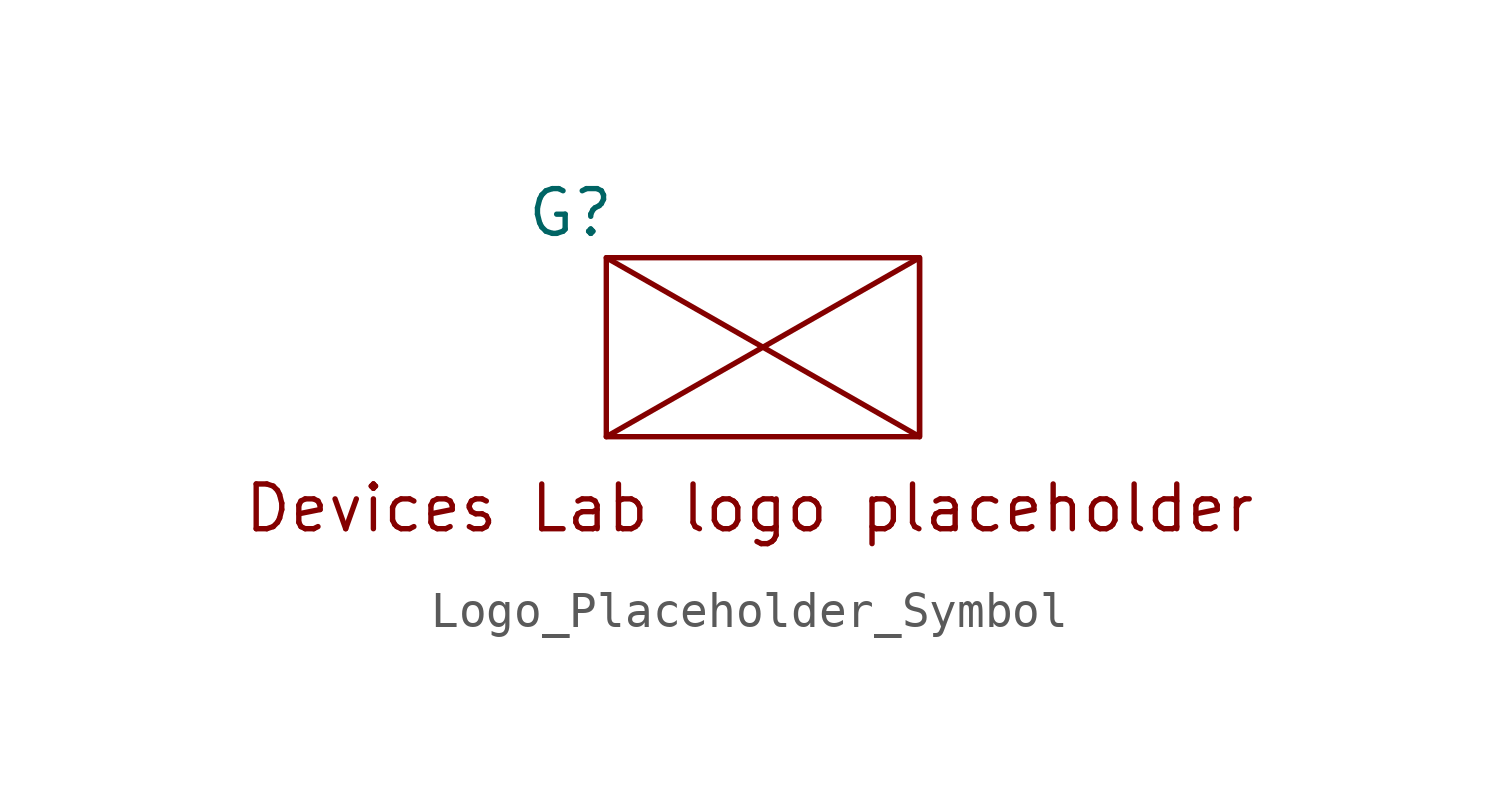
<source format=kicad_sym>
(kicad_symbol_lib
  (version 20231120)
  (generator "kicad_symbol_editor")
  (generator_version "8.0")
  (symbol "Logo_Placeholder_Symbol"
    (property "Reference" "G"
      (at -4.826 0 0)
      (effects (font (size 1.27 1.27))))
    (property "Value" ""
      (at 0 0 0)
      (effects (font (size 1.27 1.27))))
    (symbol "Logo_Placeholder_Symbol_0_1"
      (rectangle (start -3.81 -1.27) (end 5.08 -6.35) (stroke (width 0) (type default)) (fill (type none)))
      (polyline (pts (xy -3.81 -1.27) (xy 5.08 -6.35) (xy 5.08 -1.27) (xy -3.81 -6.35)) (stroke (width 0) (type default)) (fill (type none))))
    (symbol "Logo_Placeholder_Symbol_1_1"
      (text "Devices Lab logo placeholder" (at 0.254 -8.382 0) (effects (font (size 1.27 1.27)))))))
</source>
